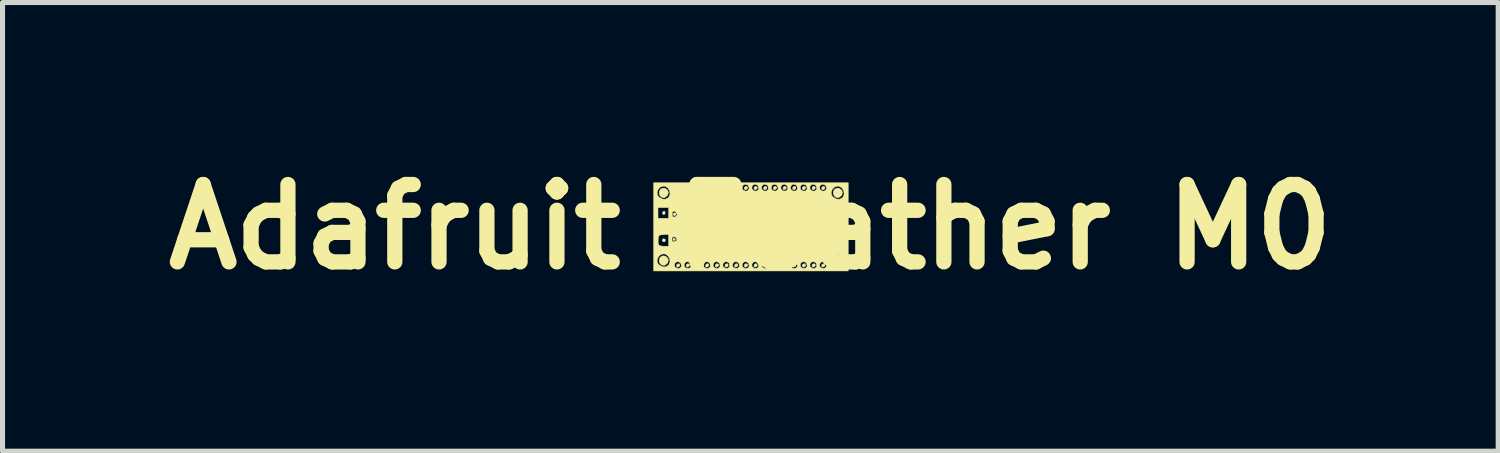
<source format=kicad_pcb>
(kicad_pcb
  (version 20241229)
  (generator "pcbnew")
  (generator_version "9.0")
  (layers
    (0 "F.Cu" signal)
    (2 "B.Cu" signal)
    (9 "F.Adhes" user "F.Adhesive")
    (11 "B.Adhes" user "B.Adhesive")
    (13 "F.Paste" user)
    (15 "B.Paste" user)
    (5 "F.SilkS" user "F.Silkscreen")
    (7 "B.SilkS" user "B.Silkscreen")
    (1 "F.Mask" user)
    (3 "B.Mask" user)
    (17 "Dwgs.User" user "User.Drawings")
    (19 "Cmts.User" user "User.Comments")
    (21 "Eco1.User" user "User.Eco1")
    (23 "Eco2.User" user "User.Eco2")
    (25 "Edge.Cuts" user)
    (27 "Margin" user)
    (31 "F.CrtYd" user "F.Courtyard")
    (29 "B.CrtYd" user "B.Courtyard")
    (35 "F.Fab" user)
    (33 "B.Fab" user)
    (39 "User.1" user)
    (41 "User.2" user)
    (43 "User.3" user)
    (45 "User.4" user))
  (footprint "Adafruit Feather M0"
    (layer "F.Cu")
    (at 11.728 1.418)
    (property "Reference" "Adafruit Feather M0" (at 0 0 0) (layer "F.SilkS") (effects (font (size 1.524 1.524) (thickness 0.3))))
    (attr through_hole)
    (fp_poly (pts (xy -1.683 -0.296) (xy -1.681 -0.261) (xy -1.689 -0.25) (xy -1.715 -0.243) (xy -1.725 -0.254) (xy -1.727 -0.289) (xy -1.719 -0.3) (xy -1.693 -0.308) (xy -1.683 -0.296)) (stroke (width 0.01) (type solid)) (fill yes) (layer "F.SilkS"))
    (fp_poly (pts (xy -1.676 0.25) (xy -1.672 0.265) (xy -1.689 0.293) (xy -1.704 0.296) (xy -1.732 0.279) (xy -1.736 0.265) (xy -1.719 0.237) (xy -1.704 0.233) (xy -1.676 0.25)) (stroke (width 0.01) (type solid)) (fill yes) (layer "F.SilkS"))
    (fp_poly (pts (xy -1.479 0.238) (xy -1.478 0.243) (xy -1.495 0.268) (xy -1.501 0.271) (xy -1.521 0.261) (xy -1.524 0.243) (xy -1.513 0.217) (xy -1.501 0.216) (xy -1.479 0.238)) (stroke (width 0.01) (type solid)) (fill yes) (layer "F.SilkS"))
    (fp_poly (pts (xy -1.464 -0.264) (xy -1.46 -0.255) (xy -1.475 -0.228) (xy -1.502 -0.221) (xy -1.51 -0.226) (xy -1.523 -0.257) (xy -1.501 -0.275) (xy -1.492 -0.275) (xy -1.464 -0.264)) (stroke (width 0.01) (type solid)) (fill yes) (layer "F.SilkS"))
    (fp_poly (pts (xy -1.402 0.728) (xy -1.396 0.733) (xy -1.388 0.761) (xy -1.405 0.781) (xy -1.435 0.795) (xy -1.45 0.782) (xy -1.453 0.75) (xy -1.432 0.728) (xy -1.402 0.728)) (stroke (width 0.01) (type solid)) (fill yes) (layer "F.SilkS"))
    (fp_poly (pts (xy -1.212 0.728) (xy -1.206 0.733) (xy -1.198 0.761) (xy -1.214 0.781) (xy -1.245 0.795) (xy -1.26 0.782) (xy -1.263 0.75) (xy -1.241 0.728) (xy -1.212 0.728)) (stroke (width 0.01) (type solid)) (fill yes) (layer "F.SilkS"))
    (fp_poly (pts (xy -1.021 0.728) (xy -1.015 0.733) (xy -1.007 0.761) (xy -1.024 0.781) (xy -1.054 0.795) (xy -1.069 0.782) (xy -1.072 0.75) (xy -1.051 0.728) (xy -1.021 0.728)) (stroke (width 0.01) (type solid)) (fill yes) (layer "F.SilkS"))
    (fp_poly (pts (xy -0.831 0.728) (xy -0.825 0.733) (xy -0.817 0.761) (xy -0.833 0.781) (xy -0.864 0.795) (xy -0.879 0.782) (xy -0.882 0.75) (xy -0.86 0.728) (xy -0.831 0.728)) (stroke (width 0.01) (type solid)) (fill yes) (layer "F.SilkS"))
    (fp_poly (pts (xy -0.64 -0.796) (xy -0.634 -0.791) (xy -0.626 -0.763) (xy -0.643 -0.743) (xy -0.673 -0.729) (xy -0.688 -0.742) (xy -0.691 -0.774) (xy -0.67 -0.796) (xy -0.64 -0.796)) (stroke (width 0.01) (type solid)) (fill yes) (layer "F.SilkS"))
    (fp_poly (pts (xy -0.64 0.728) (xy -0.634 0.733) (xy -0.626 0.761) (xy -0.643 0.781) (xy -0.673 0.795) (xy -0.688 0.782) (xy -0.691 0.75) (xy -0.67 0.728) (xy -0.64 0.728)) (stroke (width 0.01) (type solid)) (fill yes) (layer "F.SilkS"))
    (fp_poly (pts (xy -0.45 -0.796) (xy -0.444 -0.791) (xy -0.436 -0.763) (xy -0.452 -0.743) (xy -0.483 -0.729) (xy -0.498 -0.742) (xy -0.501 -0.774) (xy -0.479 -0.796) (xy -0.45 -0.796)) (stroke (width 0.01) (type solid)) (fill yes) (layer "F.SilkS"))
    (fp_poly (pts (xy -0.45 0.728) (xy -0.444 0.733) (xy -0.436 0.761) (xy -0.452 0.781) (xy -0.483 0.795) (xy -0.498 0.782) (xy -0.501 0.75) (xy -0.479 0.728) (xy -0.45 0.728)) (stroke (width 0.01) (type solid)) (fill yes) (layer "F.SilkS"))
    (fp_poly (pts (xy -0.259 -0.796) (xy -0.253 -0.791) (xy -0.245 -0.763) (xy -0.262 -0.743) (xy -0.292 -0.729) (xy -0.307 -0.742) (xy -0.31 -0.774) (xy -0.289 -0.796) (xy -0.259 -0.796)) (stroke (width 0.01) (type solid)) (fill yes) (layer "F.SilkS"))
    (fp_poly (pts (xy -0.259 0.728) (xy -0.253 0.733) (xy -0.245 0.761) (xy -0.262 0.781) (xy -0.292 0.795) (xy -0.307 0.782) (xy -0.31 0.75) (xy -0.289 0.728) (xy -0.259 0.728)) (stroke (width 0.01) (type solid)) (fill yes) (layer "F.SilkS"))
    (fp_poly (pts (xy -0.069 -0.796) (xy -0.063 -0.791) (xy -0.055 -0.763) (xy -0.071 -0.743) (xy -0.102 -0.729) (xy -0.117 -0.742) (xy -0.12 -0.774) (xy -0.098 -0.796) (xy -0.069 -0.796)) (stroke (width 0.01) (type solid)) (fill yes) (layer "F.SilkS"))
    (fp_poly (pts (xy -0.069 0.728) (xy -0.063 0.733) (xy -0.055 0.761) (xy -0.071 0.781) (xy -0.102 0.795) (xy -0.117 0.782) (xy -0.12 0.75) (xy -0.098 0.728) (xy -0.069 0.728)) (stroke (width 0.01) (type solid)) (fill yes) (layer "F.SilkS"))
    (fp_poly (pts (xy 0.122 -0.796) (xy 0.128 -0.791) (xy 0.136 -0.763) (xy 0.119 -0.743) (xy 0.089 -0.729) (xy 0.074 -0.742) (xy 0.071 -0.774) (xy 0.092 -0.796) (xy 0.122 -0.796)) (stroke (width 0.01) (type solid)) (fill yes) (layer "F.SilkS"))
    (fp_poly (pts (xy 0.122 0.728) (xy 0.128 0.733) (xy 0.136 0.761) (xy 0.119 0.781) (xy 0.089 0.795) (xy 0.074 0.782) (xy 0.071 0.75) (xy 0.092 0.728) (xy 0.122 0.728)) (stroke (width 0.01) (type solid)) (fill yes) (layer "F.SilkS"))
    (fp_poly (pts (xy 0.312 -0.796) (xy 0.318 -0.791) (xy 0.326 -0.763) (xy 0.31 -0.743) (xy 0.279 -0.729) (xy 0.264 -0.742) (xy 0.261 -0.774) (xy 0.283 -0.796) (xy 0.312 -0.796)) (stroke (width 0.01) (type solid)) (fill yes) (layer "F.SilkS"))
    (fp_poly (pts (xy 0.312 0.728) (xy 0.318 0.733) (xy 0.326 0.761) (xy 0.31 0.781) (xy 0.279 0.795) (xy 0.264 0.782) (xy 0.261 0.75) (xy 0.283 0.728) (xy 0.312 0.728)) (stroke (width 0.01) (type solid)) (fill yes) (layer "F.SilkS"))
    (fp_poly (pts (xy 0.503 -0.796) (xy 0.509 -0.791) (xy 0.517 -0.763) (xy 0.5 -0.743) (xy 0.47 -0.729) (xy 0.455 -0.742) (xy 0.452 -0.774) (xy 0.473 -0.796) (xy 0.503 -0.796)) (stroke (width 0.01) (type solid)) (fill yes) (layer "F.SilkS"))
    (fp_poly (pts (xy 0.503 0.728) (xy 0.509 0.733) (xy 0.517 0.761) (xy 0.5 0.781) (xy 0.47 0.795) (xy 0.455 0.782) (xy 0.452 0.75) (xy 0.473 0.728) (xy 0.503 0.728)) (stroke (width 0.01) (type solid)) (fill yes) (layer "F.SilkS"))
    (fp_poly (pts (xy 0.693 -0.796) (xy 0.699 -0.791) (xy 0.707 -0.763) (xy 0.691 -0.743) (xy 0.66 -0.729) (xy 0.645 -0.742) (xy 0.642 -0.774) (xy 0.664 -0.796) (xy 0.693 -0.796)) (stroke (width 0.01) (type solid)) (fill yes) (layer "F.SilkS"))
    (fp_poly (pts (xy 0.693 0.728) (xy 0.699 0.733) (xy 0.707 0.761) (xy 0.691 0.781) (xy 0.66 0.795) (xy 0.645 0.782) (xy 0.642 0.75) (xy 0.664 0.728) (xy 0.693 0.728)) (stroke (width 0.01) (type solid)) (fill yes) (layer "F.SilkS"))
    (fp_poly (pts (xy 0.884 -0.796) (xy 0.89 -0.791) (xy 0.898 -0.763) (xy 0.881 -0.743) (xy 0.851 -0.729) (xy 0.836 -0.742) (xy 0.833 -0.774) (xy 0.854 -0.796) (xy 0.884 -0.796)) (stroke (width 0.01) (type solid)) (fill yes) (layer "F.SilkS"))
    (fp_poly (pts (xy 0.884 0.728) (xy 0.89 0.733) (xy 0.898 0.761) (xy 0.881 0.781) (xy 0.851 0.795) (xy 0.836 0.782) (xy 0.833 0.75) (xy 0.854 0.728) (xy 0.884 0.728)) (stroke (width 0.01) (type solid)) (fill yes) (layer "F.SilkS"))
    (fp_poly (pts (xy 1.074 -0.796) (xy 1.08 -0.791) (xy 1.088 -0.763) (xy 1.072 -0.743) (xy 1.041 -0.729) (xy 1.026 -0.742) (xy 1.023 -0.774) (xy 1.045 -0.796) (xy 1.074 -0.796)) (stroke (width 0.01) (type solid)) (fill yes) (layer "F.SilkS"))
    (fp_poly (pts (xy 1.074 0.728) (xy 1.08 0.733) (xy 1.088 0.761) (xy 1.072 0.781) (xy 1.041 0.795) (xy 1.026 0.782) (xy 1.023 0.75) (xy 1.045 0.728) (xy 1.074 0.728)) (stroke (width 0.01) (type solid)) (fill yes) (layer "F.SilkS"))
    (fp_poly (pts (xy 1.265 -0.796) (xy 1.271 -0.791) (xy 1.279 -0.763) (xy 1.262 -0.743) (xy 1.232 -0.729) (xy 1.217 -0.742) (xy 1.214 -0.774) (xy 1.235 -0.796) (xy 1.265 -0.796)) (stroke (width 0.01) (type solid)) (fill yes) (layer "F.SilkS"))
    (fp_poly (pts (xy 1.265 0.728) (xy 1.271 0.733) (xy 1.279 0.761) (xy 1.262 0.781) (xy 1.232 0.795) (xy 1.217 0.782) (xy 1.214 0.75) (xy 1.235 0.728) (xy 1.265 0.728)) (stroke (width 0.01) (type solid)) (fill yes) (layer "F.SilkS"))
    (fp_poly (pts (xy 1.455 -0.796) (xy 1.461 -0.791) (xy 1.469 -0.763) (xy 1.453 -0.743) (xy 1.422 -0.729) (xy 1.407 -0.742) (xy 1.404 -0.774) (xy 1.426 -0.796) (xy 1.455 -0.796)) (stroke (width 0.01) (type solid)) (fill yes) (layer "F.SilkS"))
    (fp_poly (pts (xy 1.455 0.728) (xy 1.461 0.733) (xy 1.469 0.761) (xy 1.453 0.781) (xy 1.422 0.795) (xy 1.407 0.782) (xy 1.404 0.75) (xy 1.426 0.728) (xy 1.455 0.728)) (stroke (width 0.01) (type solid)) (fill yes) (layer "F.SilkS"))
    (fp_poly (pts (xy -1.677 -0.757) (xy -1.638 -0.729) (xy -1.617 -0.685) (xy -1.625 -0.636) (xy -1.64 -0.614) (xy -1.685 -0.578) (xy -1.729 -0.578) (xy -1.762 -0.594) (xy -1.792 -0.633) (xy -1.797 -0.687) (xy -1.776 -0.734) (xy -1.774 -0.737) (xy -1.725 -0.763) (xy -1.677 -0.757)) (stroke (width 0.01) (type solid)) (fill yes) (layer "F.SilkS"))
    (fp_poly (pts (xy -1.677 0.576) (xy -1.638 0.605) (xy -1.617 0.648) (xy -1.625 0.698) (xy -1.64 0.72) (xy -1.685 0.755) (xy -1.729 0.755) (xy -1.762 0.739) (xy -1.792 0.701) (xy -1.797 0.647) (xy -1.776 0.599) (xy -1.774 0.597) (xy -1.725 0.571) (xy -1.677 0.576)) (stroke (width 0.01) (type solid)) (fill yes) (layer "F.SilkS"))
    (fp_poly (pts (xy 1.752 -0.757) (xy 1.791 -0.729) (xy 1.812 -0.685) (xy 1.804 -0.636) (xy 1.789 -0.614) (xy 1.744 -0.578) (xy 1.7 -0.578) (xy 1.667 -0.594) (xy 1.637 -0.633) (xy 1.632 -0.687) (xy 1.653 -0.734) (xy 1.655 -0.737) (xy 1.704 -0.763) (xy 1.752 -0.757)) (stroke (width 0.01) (type solid)) (fill yes) (layer "F.SilkS"))
    (fp_poly (pts (xy 1.752 0.576) (xy 1.791 0.605) (xy 1.812 0.648) (xy 1.804 0.698) (xy 1.789 0.72) (xy 1.744 0.755) (xy 1.7 0.755) (xy 1.667 0.739) (xy 1.637 0.701) (xy 1.632 0.647) (xy 1.653 0.599) (xy 1.655 0.597) (xy 1.704 0.571) (xy 1.752 0.576)) (stroke (width 0.01) (type solid)) (fill yes) (layer "F.SilkS"))
    (fp_poly (pts (xy 1.926 0.868) (xy -1.905 0.868) (xy -1.905 0.645) (xy -1.837 0.645) (xy -1.833 0.704) (xy -1.804 0.745) (xy -1.735 0.786) (xy -1.668 0.789) (xy -1.611 0.754) (xy -1.607 0.749) (xy -1.599 0.731) (xy -1.494 0.731) (xy -1.493 0.775) (xy -1.481 0.795) (xy -1.439 0.82) (xy -1.395 0.816) (xy -1.363 0.786) (xy -1.359 0.771) (xy -1.366 0.731) (xy -1.304 0.731) (xy -1.302 0.775) (xy -1.29 0.795) (xy -1.249 0.82) (xy -1.204 0.816) (xy -1.173 0.786) (xy -1.168 0.771) (xy -1.176 0.731) (xy -1.113 0.731) (xy -1.112 0.775) (xy -1.1 0.795) (xy -1.058 0.82) (xy -1.014 0.816) (xy -0.982 0.786) (xy -0.978 0.771) (xy -0.985 0.731) (xy -0.923 0.731) (xy -0.921 0.775) (xy -0.909 0.795) (xy -0.868 0.82) (xy -0.823 0.816) (xy -0.792 0.786) (xy -0.787 0.771) (xy -0.795 0.731) (xy -0.732 0.731) (xy -0.731 0.775) (xy -0.719 0.795) (xy -0.677 0.82) (xy -0.633 0.816) (xy -0.601 0.786) (xy -0.597 0.771) (xy -0.604 0.731) (xy -0.542 0.731) (xy -0.54 0.775) (xy -0.528 0.795) (xy -0.487 0.82) (xy -0.442 0.816) (xy -0.411 0.786) (xy -0.406 0.771) (xy -0.414 0.731) (xy -0.351 0.731) (xy -0.35 0.775) (xy -0.338 0.795) (xy -0.296 0.82) (xy -0.252 0.816) (xy -0.22 0.786) (xy -0.216 0.771) (xy -0.223 0.731) (xy -0.161 0.731) (xy -0.159 0.775) (xy -0.147 0.795) (xy -0.106 0.82) (xy -0.061 0.816) (xy -0.03 0.786) (xy -0.025 0.771) (xy -0.033 0.731) (xy 0.03 0.731) (xy 0.031 0.775) (xy 0.043 0.795) (xy 0.085 0.82) (xy 0.129 0.816) (xy 0.161 0.786) (xy 0.165 0.771) (xy 0.158 0.731) (xy 0.22 0.731) (xy 0.222 0.775) (xy 0.234 0.795) (xy 0.275 0.82) (xy 0.32 0.816) (xy 0.351 0.786) (xy 0.356 0.771) (xy 0.348 0.731) (xy 0.411 0.731) (xy 0.412 0.775) (xy 0.424 0.795) (xy 0.466 0.82) (xy 0.51 0.816) (xy 0.542 0.786) (xy 0.546 0.771) (xy 0.539 0.731) (xy 0.601 0.731) (xy 0.603 0.775) (xy 0.615 0.795) (xy 0.656 0.82) (xy 0.701 0.816) (xy 0.732 0.786) (xy 0.737 0.771) (xy 0.729 0.731) (xy 0.792 0.731) (xy 0.793 0.775) (xy 0.805 0.795) (xy 0.847 0.82) (xy 0.891 0.816) (xy 0.923 0.786) (xy 0.927 0.771) (xy 0.92 0.731) (xy 0.982 0.731) (xy 0.984 0.775) (xy 0.996 0.795) (xy 1.037 0.82) (xy 1.082 0.816) (xy 1.113 0.786) (xy 1.118 0.771) (xy 1.11 0.731) (xy 1.173 0.731) (xy 1.174 0.775) (xy 1.186 0.795) (xy 1.228 0.82) (xy 1.272 0.816) (xy 1.304 0.786) (xy 1.308 0.771) (xy 1.301 0.731) (xy 1.363 0.731) (xy 1.365 0.775) (xy 1.377 0.795) (xy 1.418 0.82) (xy 1.463 0.816) (xy 1.494 0.786) (xy 1.499 0.771) (xy 1.49 0.722) (xy 1.472 0.7) (xy 1.428 0.683) (xy 1.388 0.697) (xy 1.363 0.731) (xy 1.301 0.731) (xy 1.299 0.722) (xy 1.282 0.7) (xy 1.237 0.683) (xy 1.197 0.697) (xy 1.173 0.731) (xy 1.11 0.731) (xy 1.109 0.722) (xy 1.091 0.7) (xy 1.047 0.683) (xy 1.007 0.697) (xy 0.982 0.731) (xy 0.92 0.731) (xy 0.918 0.722) (xy 0.901 0.7) (xy 0.856 0.683) (xy 0.816 0.697) (xy 0.792 0.731) (xy 0.729 0.731) (xy 0.728 0.722) (xy 0.71 0.7) (xy 0.666 0.683) (xy 0.626 0.697) (xy 0.601 0.731) (xy 0.539 0.731) (xy 0.537 0.722) (xy 0.52 0.7) (xy 0.475 0.683) (xy 0.435 0.697) (xy 0.411 0.731) (xy 0.348 0.731) (xy 0.347 0.722) (xy 0.329 0.7) (xy 0.285 0.683) (xy 0.245 0.697) (xy 0.22 0.731) (xy 0.158 0.731) (xy 0.156 0.722) (xy 0.139 0.7) (xy 0.094 0.683) (xy 0.054 0.697) (xy 0.03 0.731) (xy -0.033 0.731) (xy -0.034 0.722) (xy -0.052 0.7) (xy -0.096 0.683) (xy -0.136 0.697) (xy -0.161 0.731) (xy -0.223 0.731) (xy -0.225 0.722) (xy -0.242 0.7) (xy -0.287 0.683) (xy -0.327 0.697) (xy -0.351 0.731) (xy -0.414 0.731) (xy -0.415 0.722) (xy -0.433 0.7) (xy -0.477 0.683) (xy -0.517 0.697) (xy -0.542 0.731) (xy -0.604 0.731) (xy -0.606 0.722) (xy -0.623 0.7) (xy -0.668 0.683) (xy -0.708 0.697) (xy -0.732 0.731) (xy -0.795 0.731) (xy -0.796 0.722) (xy -0.814 0.7) (xy -0.858 0.683) (xy -0.898 0.697) (xy -0.923 0.731) (xy -0.985 0.731) (xy -0.987 0.722) (xy -1.004 0.7) (xy -1.049 0.683) (xy -1.089 0.697) (xy -1.113 0.731) (xy -1.176 0.731) (xy -1.177 0.722) (xy -1.195 0.7) (xy -1.239 0.683) (xy -1.279 0.697) (xy -1.304 0.731) (xy -1.366 0.731) (xy -1.368 0.722) (xy -1.385 0.7) (xy -1.43 0.683) (xy -1.47 0.697) (xy -1.494 0.731) (xy -1.599 0.731) (xy -1.583 0.692) (xy -1.588 0.645) (xy 1.592 0.645) (xy 1.596 0.704) (xy 1.625 0.745) (xy 1.694 0.786) (xy 1.761 0.789) (xy 1.818 0.754) (xy 1.822 0.749) (xy 1.846 0.692) (xy 1.839 0.628) (xy 1.807 0.572) (xy 1.757 0.536) (xy 1.722 0.529) (xy 1.661 0.546) (xy 1.616 0.589) (xy 1.592 0.645) (xy -1.588 0.645) (xy -1.59 0.628) (xy -1.622 0.572) (xy -1.672 0.536) (xy -1.707 0.529) (xy -1.768 0.546) (xy -1.813 0.589) (xy -1.837 0.645) (xy -1.905 0.645) (xy -1.905 0.315) (xy -1.818 0.315) (xy -1.804 0.358) (xy -1.767 0.377) (xy -1.705 0.381) (xy -1.609 0.381) (xy -1.609 0.243) (xy -1.545 0.243) (xy -1.539 0.284) (xy -1.512 0.294) (xy -1.498 0.293) (xy -1.458 0.271) (xy -1.45 0.243) (xy -1.467 0.206) (xy -1.498 0.194) (xy -1.533 0.197) (xy -1.545 0.227) (xy -1.545 0.243) (xy -1.609 0.243) (xy -1.609 0.146) (xy -1.709 0.152) (xy -1.77 0.158) (xy -1.8 0.17) (xy -1.812 0.2) (xy -1.816 0.24) (xy -1.818 0.315) (xy -1.905 0.315) (xy -1.905 -0.381) (xy -1.82 -0.381) (xy -1.82 -0.169) (xy -1.609 -0.169) (xy -1.609 -0.245) (xy -1.541 -0.245) (xy -1.53 -0.206) (xy -1.509 -0.191) (xy -1.478 -0.201) (xy -1.46 -0.211) (xy -1.44 -0.237) (xy -1.451 -0.268) (xy -1.487 -0.306) (xy -1.519 -0.31) (xy -1.537 -0.288) (xy -1.541 -0.245) (xy -1.609 -0.245) (xy -1.609 -0.381) (xy -1.82 -0.381) (xy -1.905 -0.381) (xy -1.905 -0.688) (xy -1.837 -0.688) (xy -1.833 -0.63) (xy -1.804 -0.588) (xy -1.735 -0.548) (xy -1.668 -0.545) (xy -1.611 -0.579) (xy -1.607 -0.584) (xy -1.583 -0.642) (xy -1.588 -0.688) (xy 1.592 -0.688) (xy 1.596 -0.63) (xy 1.625 -0.588) (xy 1.694 -0.548) (xy 1.761 -0.545) (xy 1.818 -0.579) (xy 1.822 -0.584) (xy 1.846 -0.642) (xy 1.839 -0.705) (xy 1.807 -0.762) (xy 1.757 -0.798) (xy 1.722 -0.804) (xy 1.661 -0.787) (xy 1.616 -0.745) (xy 1.592 -0.688) (xy -1.588 -0.688) (xy -1.59 -0.705) (xy -1.622 -0.762) (xy -1.665 -0.793) (xy -0.732 -0.793) (xy -0.731 -0.749) (xy -0.719 -0.729) (xy -0.677 -0.704) (xy -0.633 -0.708) (xy -0.601 -0.738) (xy -0.597 -0.753) (xy -0.604 -0.793) (xy -0.542 -0.793) (xy -0.54 -0.749) (xy -0.528 -0.729) (xy -0.487 -0.704) (xy -0.442 -0.708) (xy -0.411 -0.738) (xy -0.406 -0.753) (xy -0.414 -0.793) (xy -0.351 -0.793) (xy -0.35 -0.749) (xy -0.338 -0.729) (xy -0.296 -0.704) (xy -0.252 -0.708) (xy -0.22 -0.738) (xy -0.216 -0.753) (xy -0.223 -0.793) (xy -0.161 -0.793) (xy -0.159 -0.749) (xy -0.147 -0.729) (xy -0.106 -0.704) (xy -0.061 -0.708) (xy -0.03 -0.738) (xy -0.025 -0.753) (xy -0.033 -0.793) (xy 0.03 -0.793) (xy 0.031 -0.749) (xy 0.043 -0.729) (xy 0.085 -0.704) (xy 0.129 -0.708) (xy 0.161 -0.738) (xy 0.165 -0.753) (xy 0.158 -0.793) (xy 0.22 -0.793) (xy 0.222 -0.749) (xy 0.234 -0.729) (xy 0.275 -0.704) (xy 0.32 -0.708) (xy 0.351 -0.738) (xy 0.356 -0.753) (xy 0.348 -0.793) (xy 0.411 -0.793) (xy 0.412 -0.749) (xy 0.424 -0.729) (xy 0.466 -0.704) (xy 0.51 -0.708) (xy 0.542 -0.738) (xy 0.546 -0.753) (xy 0.539 -0.793) (xy 0.601 -0.793) (xy 0.603 -0.749) (xy 0.615 -0.729) (xy 0.656 -0.704) (xy 0.701 -0.708) (xy 0.732 -0.738) (xy 0.737 -0.753) (xy 0.729 -0.793) (xy 0.792 -0.793) (xy 0.793 -0.749) (xy 0.805 -0.729) (xy 0.847 -0.704) (xy 0.891 -0.708) (xy 0.923 -0.738) (xy 0.927 -0.753) (xy 0.92 -0.793) (xy 0.982 -0.793) (xy 0.984 -0.749) (xy 0.996 -0.729) (xy 1.037 -0.704) (xy 1.082 -0.708) (xy 1.113 -0.738) (xy 1.118 -0.753) (xy 1.11 -0.793) (xy 1.173 -0.793) (xy 1.174 -0.749) (xy 1.186 -0.729) (xy 1.228 -0.704) (xy 1.272 -0.708) (xy 1.304 -0.738) (xy 1.308 -0.753) (xy 1.301 -0.793) (xy 1.363 -0.793) (xy 1.365 -0.749) (xy 1.377 -0.729) (xy 1.418 -0.704) (xy 1.463 -0.708) (xy 1.494 -0.738) (xy 1.499 -0.753) (xy 1.49 -0.802) (xy 1.472 -0.824) (xy 1.428 -0.841) (xy 1.388 -0.827) (xy 1.363 -0.793) (xy 1.301 -0.793) (xy 1.299 -0.802) (xy 1.282 -0.824) (xy 1.237 -0.841) (xy 1.197 -0.827) (xy 1.173 -0.793) (xy 1.11 -0.793) (xy 1.109 -0.802) (xy 1.091 -0.824) (xy 1.047 -0.841) (xy 1.007 -0.827) (xy 0.982 -0.793) (xy 0.92 -0.793) (xy 0.918 -0.802) (xy 0.901 -0.824) (xy 0.856 -0.841) (xy 0.816 -0.827) (xy 0.792 -0.793) (xy 0.729 -0.793) (xy 0.728 -0.802) (xy 0.71 -0.824) (xy 0.666 -0.841) (xy 0.626 -0.827) (xy 0.601 -0.793) (xy 0.539 -0.793) (xy 0.537 -0.802) (xy 0.52 -0.824) (xy 0.475 -0.841) (xy 0.435 -0.827) (xy 0.411 -0.793) (xy 0.348 -0.793) (xy 0.347 -0.802) (xy 0.329 -0.824) (xy 0.285 -0.841) (xy 0.245 -0.827) (xy 0.22 -0.793) (xy 0.158 -0.793) (xy 0.156 -0.802) (xy 0.139 -0.824) (xy 0.094 -0.841) (xy 0.054 -0.827) (xy 0.03 -0.793) (xy -0.033 -0.793) (xy -0.034 -0.802) (xy -0.052 -0.824) (xy -0.096 -0.841) (xy -0.136 -0.827) (xy -0.161 -0.793) (xy -0.223 -0.793) (xy -0.225 -0.802) (xy -0.242 -0.824) (xy -0.287 -0.841) (xy -0.327 -0.827) (xy -0.351 -0.793) (xy -0.414 -0.793) (xy -0.415 -0.802) (xy -0.433 -0.824) (xy -0.477 -0.841) (xy -0.517 -0.827) (xy -0.542 -0.793) (xy -0.604 -0.793) (xy -0.606 -0.802) (xy -0.623 -0.824) (xy -0.668 -0.841) (xy -0.708 -0.827) (xy -0.732 -0.793) (xy -1.665 -0.793) (xy -1.672 -0.798) (xy -1.707 -0.804) (xy -1.768 -0.787) (xy -1.813 -0.745) (xy -1.837 -0.688) (xy -1.905 -0.688) (xy -1.905 -0.868) (xy 1.926 -0.868) (xy 1.926 0.868)) (stroke (width 0.01) (type solid)) (fill yes) (layer "F.SilkS")))
  (gr_rect
    (start -3 -3)
    (end 26.455 5.836)
    (stroke (width 0.1) (type default))
    (fill no)
    (layer "Edge.Cuts")))
</source>
